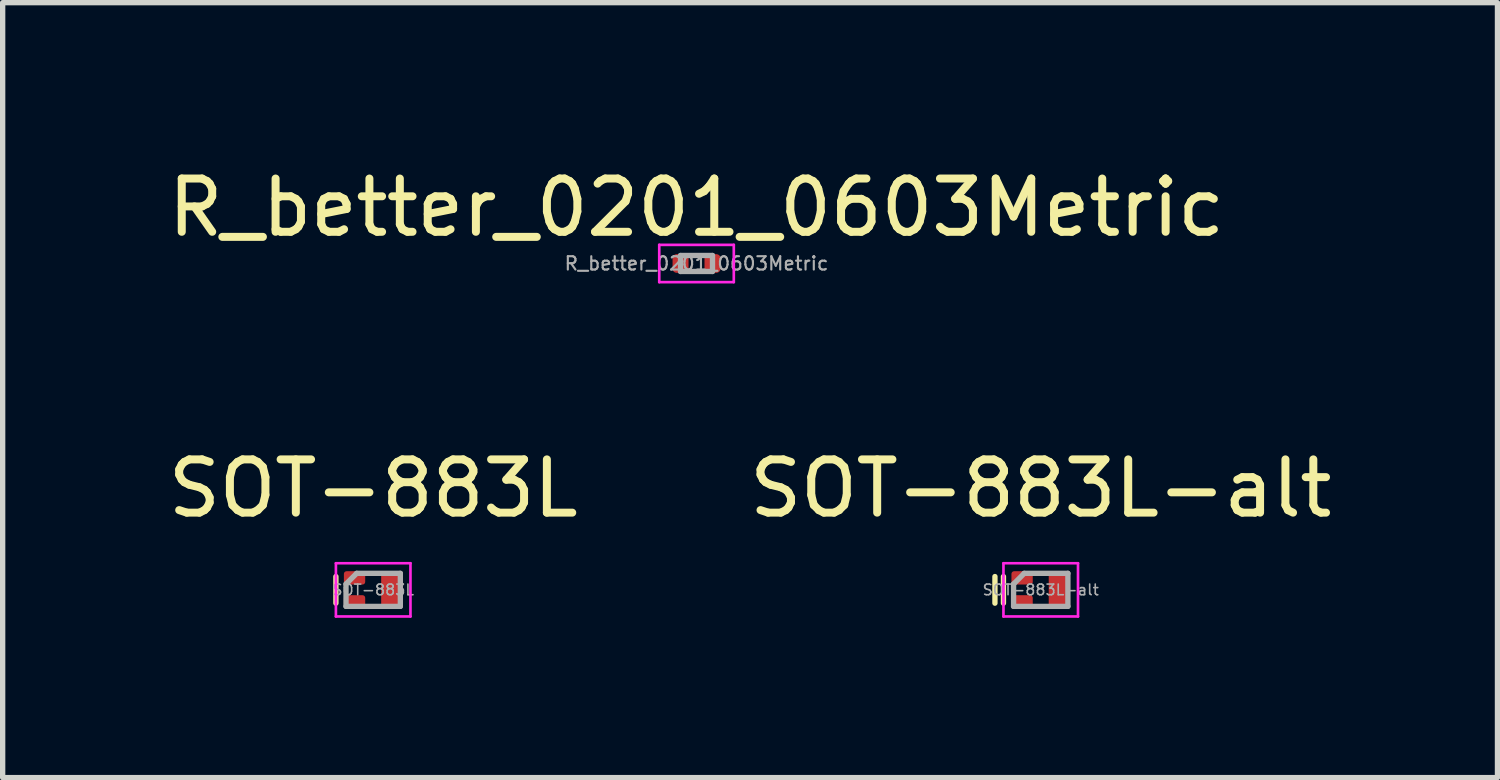
<source format=kicad_pcb>
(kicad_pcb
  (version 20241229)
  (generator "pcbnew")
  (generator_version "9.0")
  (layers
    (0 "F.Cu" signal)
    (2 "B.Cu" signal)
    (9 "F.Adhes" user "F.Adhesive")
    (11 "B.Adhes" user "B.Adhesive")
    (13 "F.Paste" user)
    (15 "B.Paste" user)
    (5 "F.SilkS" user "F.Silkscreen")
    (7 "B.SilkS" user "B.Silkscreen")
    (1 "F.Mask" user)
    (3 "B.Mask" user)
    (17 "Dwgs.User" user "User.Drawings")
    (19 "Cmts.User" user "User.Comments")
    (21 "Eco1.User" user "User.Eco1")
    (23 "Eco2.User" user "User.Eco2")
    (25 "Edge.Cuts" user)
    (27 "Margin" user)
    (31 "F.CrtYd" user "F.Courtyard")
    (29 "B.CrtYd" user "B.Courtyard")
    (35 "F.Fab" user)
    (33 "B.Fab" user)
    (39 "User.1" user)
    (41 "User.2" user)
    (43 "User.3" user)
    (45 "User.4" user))
  (footprint "SOT-883L"
    (layer "F.Cu")
    (at 3.958 8.027)
    (property "Reference" "SOT-883L" (at 0 -1.905 0) (layer "F.SilkS") (effects (font (size 1 1) (thickness 0.15))))
    (attr smd)
    (fp_line (start -0.7 0.25) (end -0.7 -0.25) (stroke (width 0.1) (type solid)) (layer "F.SilkS"))
    (fp_line (start -0.7 -0.5) (end 0.7 -0.5) (stroke (width 0.05) (type solid)) (layer "F.CrtYd"))
    (fp_line (start -0.7 0.5) (end -0.7 -0.5) (stroke (width 0.05) (type solid)) (layer "F.CrtYd"))
    (fp_line (start 0.7 -0.5) (end 0.7 0.5) (stroke (width 0.05) (type solid)) (layer "F.CrtYd"))
    (fp_line (start 0.7 0.5) (end -0.7 0.5) (stroke (width 0.05) (type solid)) (layer "F.CrtYd"))
    (fp_line (start -0.51 0.31) (end -0.51 -0.11) (stroke (width 0.1) (type solid)) (layer "F.Fab"))
    (fp_line (start -0.31 -0.31) (end -0.51 -0.11) (stroke (width 0.1) (type solid)) (layer "F.Fab"))
    (fp_line (start -0.31 -0.31) (end 0.51 -0.31) (stroke (width 0.1) (type solid)) (layer "F.Fab"))
    (fp_line (start 0.51 -0.31) (end 0.51 0.31) (stroke (width 0.1) (type solid)) (layer "F.Fab"))
    (fp_line (start 0.51 0.31) (end -0.51 0.31) (stroke (width 0.1) (type solid)) (layer "F.Fab"))
    (fp_text user "${REFERENCE}" (at 0 0 0) (layer "F.Fab") (effects (font (size 0.2 0.2) (thickness 0.03))))
    (pad "1" smd roundrect (at -0.35 -0.225) (size 0.4 0.25) (layers "F.Cu" "F.Mask" "F.Paste") (roundrect_rratio 0.2))
    (pad "2" smd roundrect (at -0.35 0.225) (size 0.4 0.25) (layers "F.Cu" "F.Mask" "F.Paste") (roundrect_rratio 0.2))
    (pad "3" smd roundrect (at 0.35 0) (size 0.4 0.7) (layers "F.Cu" "F.Mask" "F.Paste") (roundrect_rratio 0.125)))
  (footprint "SOT-883L-alt"
    (layer "F.Cu")
    (at 16.494 8.027)
    (property "Reference" "SOT-883L-alt" (at 0 -1.905 0) (layer "F.SilkS") (effects (font (size 1 1) (thickness 0.15))))
    (attr smd)
    (fp_line (start -0.86 0.25) (end -0.86 -0.25) (stroke (width 0.1) (type solid)) (layer "F.SilkS"))
    (fp_line (start -0.7 0.25) (end -0.7 -0.25) (stroke (width 0.1) (type solid)) (layer "F.SilkS"))
    (fp_line (start -0.7 -0.5) (end 0.7 -0.5) (stroke (width 0.05) (type solid)) (layer "F.CrtYd"))
    (fp_line (start -0.7 0.5) (end -0.7 -0.5) (stroke (width 0.05) (type solid)) (layer "F.CrtYd"))
    (fp_line (start 0.7 -0.5) (end 0.7 0.5) (stroke (width 0.05) (type solid)) (layer "F.CrtYd"))
    (fp_line (start 0.7 0.5) (end -0.7 0.5) (stroke (width 0.05) (type solid)) (layer "F.CrtYd"))
    (fp_line (start -0.51 0.31) (end -0.51 -0.11) (stroke (width 0.1) (type solid)) (layer "F.Fab"))
    (fp_line (start -0.31 -0.31) (end -0.51 -0.11) (stroke (width 0.1) (type solid)) (layer "F.Fab"))
    (fp_line (start -0.31 -0.31) (end 0.51 -0.31) (stroke (width 0.1) (type solid)) (layer "F.Fab"))
    (fp_line (start 0.51 -0.31) (end 0.51 0.31) (stroke (width 0.1) (type solid)) (layer "F.Fab"))
    (fp_line (start 0.51 0.31) (end -0.51 0.31) (stroke (width 0.1) (type solid)) (layer "F.Fab"))
    (fp_text user "${REFERENCE}" (at 0 0 0) (layer "F.Fab") (effects (font (size 0.2 0.2) (thickness 0.03))))
    (pad "1" smd roundrect (at -0.35 -0.225) (size 0.4 0.25) (layers "F.Cu" "F.Mask" "F.Paste") (roundrect_rratio 0.2))
    (pad "2" smd roundrect (at -0.35 0.225) (size 0.4 0.25) (layers "F.Cu" "F.Mask" "F.Paste") (roundrect_rratio 0.2))
    (pad "3" smd roundrect (at 0.35 0) (size 0.4 0.7) (layers "F.Cu" "F.Mask" "F.Paste") (roundrect_rratio 0.125)))
  (footprint "R_better_0201_0603Metric"
    (layer "F.Cu")
    (at 10.03 1.898)
    (property "Reference" "R_better_0201_0603Metric" (at 0 -1.05 0) (layer "F.SilkS") (effects (font (size 1 1) (thickness 0.15))))
    (attr smd)
    (fp_line (start -0.7 -0.35) (end 0.7 -0.35) (stroke (width 0.05) (type solid)) (layer "F.CrtYd"))
    (fp_line (start -0.7 0.35) (end -0.7 -0.35) (stroke (width 0.05) (type solid)) (layer "F.CrtYd"))
    (fp_line (start 0.7 -0.35) (end 0.7 0.35) (stroke (width 0.05) (type solid)) (layer "F.CrtYd"))
    (fp_line (start 0.7 0.35) (end -0.7 0.35) (stroke (width 0.05) (type solid)) (layer "F.CrtYd"))
    (fp_line (start -0.3 -0.15) (end 0.3 -0.15) (stroke (width 0.1) (type solid)) (layer "F.Fab"))
    (fp_line (start -0.3 0.15) (end -0.3 -0.15) (stroke (width 0.1) (type solid)) (layer "F.Fab"))
    (fp_line (start 0.3 -0.15) (end 0.3 0.15) (stroke (width 0.1) (type solid)) (layer "F.Fab"))
    (fp_line (start 0.3 0.15) (end -0.3 0.15) (stroke (width 0.1) (type solid)) (layer "F.Fab"))
    (fp_text user "${REFERENCE}" (at 0 0 0) (layer "F.Fab") (effects (font (size 0.25 0.25) (thickness 0.04))))
    (pad "1" smd roundrect (at -0.3 0) (size 0.3 0.35) (layers "F.Cu" "F.Mask" "F.Paste") (roundrect_rratio 0.25))
    (pad "2" smd roundrect (at 0.3 0) (size 0.3 0.35) (layers "F.Cu" "F.Mask" "F.Paste") (roundrect_rratio 0.25)))
  (gr_rect
    (start -3 -3)
    (end 25.071 11.552)
    (stroke (width 0.1) (type default))
    (fill no)
    (layer "Edge.Cuts")))
</source>
